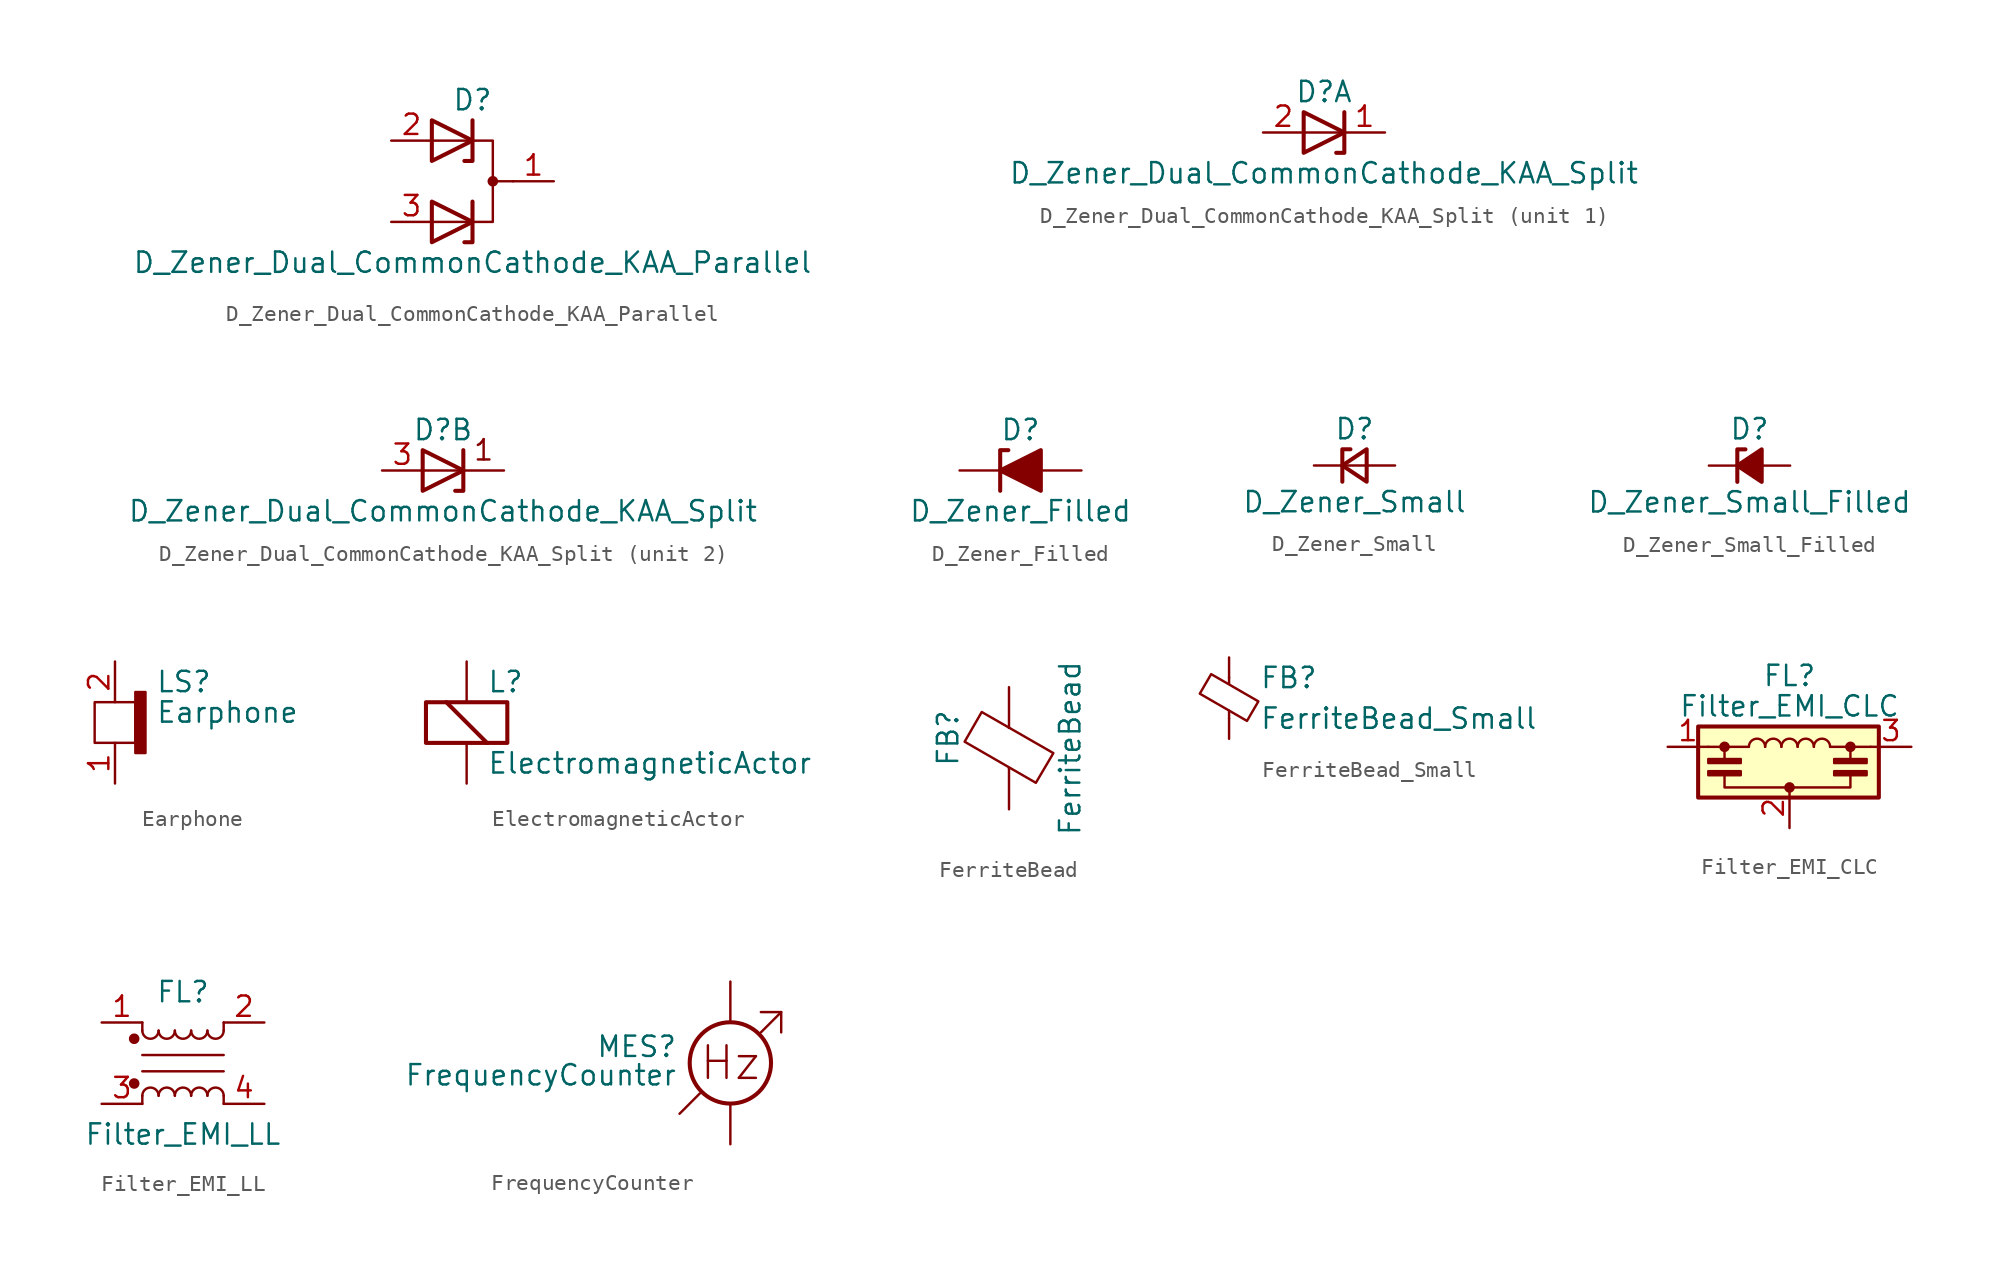
<source format=kicad_sym>
(kicad_symbol_lib
  (version 20211014)
  (generator kicad_symbol_editor)
  (symbol "D_Zener_Dual_CommonCathode_KAA_Parallel"
    (pin_names
      (offset 0.762) hide)
    (property "Reference" "D"
      (at 0 5.08 0)
      (effects (font (size 1.27 1.27))))
    (property "Value" "D_Zener_Dual_CommonCathode_KAA_Parallel"
      (at 0 -5.08 0)
      (effects (font (size 1.27 1.27))))
    (symbol "D_Zener_Dual_CommonCathode_KAA_Parallel_0_0"
      (polyline (pts (xy 0 -1.27) (xy 0 -3.81) (xy -0.508 -3.81)) (stroke (width 0.254) (type default) (color 0 0 0 0)) (fill (type none)))
      (polyline (pts (xy 0 3.81) (xy 0 1.27) (xy -0.508 1.27)) (stroke (width 0.254) (type default) (color 0 0 0 0)) (fill (type none))))
    (symbol "D_Zener_Dual_CommonCathode_KAA_Parallel_0_1"
      (polyline (pts (xy 1.27 0) (xy 2.54 0)) (stroke (width 0) (type default) (color 0 0 0 0)) (fill (type none)))
      (polyline (pts (xy -2.54 -2.54) (xy 1.27 -2.54) (xy 1.27 2.54) (xy -2.54 2.54)) (stroke (width 0) (type default) (color 0 0 0 0)) (fill (type none)))
      (polyline (pts (xy -2.54 -1.27) (xy 0 -2.54) (xy -2.54 -3.81) (xy -2.54 -1.27) (xy -2.54 -1.27) (xy -2.54 -1.27)) (stroke (width 0.254) (type default) (color 0 0 0 0)) (fill (type none)))
      (polyline (pts (xy -2.54 3.81) (xy 0 2.54) (xy -2.54 1.27) (xy -2.54 3.81) (xy -2.54 3.81) (xy -2.54 3.81)) (stroke (width 0.254) (type default) (color 0 0 0 0)) (fill (type none)))
      (circle (center 1.27 0) (radius 0.254) (stroke (width 0) (type default) (color 0 0 0 0)) (fill (type outline)))
      (pin passive line (at 5.08 0 180) (length 2.54) (name "A" (effects (font (size 1.27 1.27)))) (number "1" (effects (font (size 1.27 1.27)))))
      (pin passive line (at -5.08 2.54 0) (length 2.54) (name "K" (effects (font (size 1.27 1.27)))) (number "2" (effects (font (size 1.27 1.27)))))
      (pin passive line (at -5.08 -2.54 0) (length 2.54) (name "K" (effects (font (size 1.27 1.27)))) (number "3" (effects (font (size 1.27 1.27)))))))
  (symbol "D_Zener_Dual_CommonCathode_KAA_Split"
    (pin_names
      (offset 0.762) hide)
    (property "Reference" "D"
      (at 0 2.54 0)
      (effects (font (size 1.27 1.27))))
    (property "Value" "D_Zener_Dual_CommonCathode_KAA_Split"
      (at 0 -2.54 0)
      (effects (font (size 1.27 1.27))))
    (property "ki_locked" ""
      (at 0 0 0)
      (effects (font (size 1.27 1.27))))
    (symbol "D_Zener_Dual_CommonCathode_KAA_Split_0_0"
      (polyline (pts (xy 1.27 1.27) (xy 1.27 -1.27) (xy 0.762 -1.27)) (stroke (width 0.254) (type default) (color 0 0 0 0)) (fill (type none))))
    (symbol "D_Zener_Dual_CommonCathode_KAA_Split_0_1"
      (polyline (pts (xy -1.27 1.27) (xy 1.27 0) (xy -1.27 -1.27) (xy -1.27 1.27) (xy -1.27 1.27) (xy -1.27 1.27)) (stroke (width 0.254) (type default) (color 0 0 0 0)) (fill (type none))))
    (symbol "D_Zener_Dual_CommonCathode_KAA_Split_1_1"
      (polyline (pts (xy 1.27 0) (xy -1.27 0)) (stroke (width 0) (type default) (color 0 0 0 0)) (fill (type none)))
      (pin passive line (at 3.81 0 180) (length 2.54) (name "K" (effects (font (size 1.27 1.27)))) (number "1" (effects (font (size 1.27 1.27)))))
      (pin passive line (at -3.81 0 0) (length 2.54) (name "A" (effects (font (size 1.27 1.27)))) (number "2" (effects (font (size 1.27 1.27))))))
    (symbol "D_Zener_Dual_CommonCathode_KAA_Split_2_0"
      (polyline (pts (xy 3.81 0) (xy -1.27 0)) (stroke (width 0) (type default) (color 0 0 0 0)) (fill (type none)))
      (text "1" (at 2.54 1.27 0) (effects (font (size 1.27 1.27)))))
    (symbol "D_Zener_Dual_CommonCathode_KAA_Split_2_1"
      (pin passive line (at -3.81 0 0) (length 2.54) (name "K" (effects (font (size 1.27 1.27)))) (number "3" (effects (font (size 1.27 1.27)))))))
  (symbol "D_Zener_Filled"
    (pin_numbers hide)
    (pin_names
      (offset 1.016) hide)
    (property "Reference" "D"
      (at 0 2.54 0)
      (effects (font (size 1.27 1.27))))
    (property "Value" "D_Zener_Filled"
      (at 0 -2.54 0)
      (effects (font (size 1.27 1.27))))
    (symbol "D_Zener_Filled_0_1"
      (polyline (pts (xy 1.27 0) (xy -1.27 0)) (stroke (width 0) (type default) (color 0 0 0 0)) (fill (type none)))
      (polyline (pts (xy -1.27 -1.27) (xy -1.27 1.27) (xy -0.762 1.27)) (stroke (width 0.254) (type default) (color 0 0 0 0)) (fill (type none)))
      (polyline (pts (xy 1.27 -1.27) (xy 1.27 1.27) (xy -1.27 0) (xy 1.27 -1.27)) (stroke (width 0.254) (type default) (color 0 0 0 0)) (fill (type outline))))
    (symbol "D_Zener_Filled_1_1"
      (pin passive line (at -3.81 0 0) (length 2.54) (name "K" (effects (font (size 1.27 1.27)))) (number "1" (effects (font (size 1.27 1.27)))))
      (pin passive line (at 3.81 0 180) (length 2.54) (name "A" (effects (font (size 1.27 1.27)))) (number "2" (effects (font (size 1.27 1.27)))))))
  (symbol "D_Zener_Small"
    (pin_numbers hide)
    (pin_names
      (offset 0.254) hide)
    (property "Reference" "D"
      (at 0 2.286 0)
      (effects (font (size 1.27 1.27))))
    (property "Value" "D_Zener_Small"
      (at 0 -2.286 0)
      (effects (font (size 1.27 1.27))))
    (symbol "D_Zener_Small_0_1"
      (polyline (pts (xy 0.762 0) (xy -0.762 0)) (stroke (width 0) (type default) (color 0 0 0 0)) (fill (type none)))
      (polyline (pts (xy -0.254 1.016) (xy -0.762 1.016) (xy -0.762 -1.016)) (stroke (width 0.254) (type default) (color 0 0 0 0)) (fill (type none)))
      (polyline (pts (xy 0.762 1.016) (xy -0.762 0) (xy 0.762 -1.016) (xy 0.762 1.016)) (stroke (width 0.254) (type default) (color 0 0 0 0)) (fill (type none))))
    (symbol "D_Zener_Small_1_1"
      (pin passive line (at -2.54 0 0) (length 1.778) (name "K" (effects (font (size 1.27 1.27)))) (number "1" (effects (font (size 1.27 1.27)))))
      (pin passive line (at 2.54 0 180) (length 1.778) (name "A" (effects (font (size 1.27 1.27)))) (number "2" (effects (font (size 1.27 1.27)))))))
  (symbol "D_Zener_Small_Filled"
    (pin_numbers hide)
    (pin_names
      (offset 0.254) hide)
    (property "Reference" "D"
      (at 0 2.286 0)
      (effects (font (size 1.27 1.27))))
    (property "Value" "D_Zener_Small_Filled"
      (at 0 -2.286 0)
      (effects (font (size 1.27 1.27))))
    (symbol "D_Zener_Small_Filled_0_1"
      (polyline (pts (xy 0.762 0) (xy -0.762 0)) (stroke (width 0) (type default) (color 0 0 0 0)) (fill (type none)))
      (polyline (pts (xy -0.254 1.016) (xy -0.762 1.016) (xy -0.762 -1.016)) (stroke (width 0.254) (type default) (color 0 0 0 0)) (fill (type none)))
      (polyline (pts (xy 0.762 1.016) (xy -0.762 0) (xy 0.762 -1.016) (xy 0.762 1.016)) (stroke (width 0.254) (type default) (color 0 0 0 0)) (fill (type outline))))
    (symbol "D_Zener_Small_Filled_1_1"
      (pin passive line (at -2.54 0 0) (length 1.778) (name "K" (effects (font (size 1.27 1.27)))) (number "1" (effects (font (size 1.27 1.27)))))
      (pin passive line (at 2.54 0 180) (length 1.778) (name "A" (effects (font (size 1.27 1.27)))) (number "2" (effects (font (size 1.27 1.27)))))))
  (symbol "Earphone"
    (pin_names
      (offset 0.025) hide)
    (property "Reference" "LS"
      (at 2.54 3.81 0)
      (effects (font (size 1.27 1.27)) (justify left)))
    (property "Value" "Earphone"
      (at 2.54 1.905 0)
      (effects (font (size 1.27 1.27)) (justify left)))
    (symbol "Earphone_0_1"
      (rectangle (start 1.27 -0.635) (end 1.905 3.175) (stroke (width 0) (type default) (color 0 0 0 0)) (fill (type outline)))
      (rectangle (start 1.27 0) (end -1.27 2.54) (stroke (width 0) (type default) (color 0 0 0 0)) (fill (type none))))
    (symbol "Earphone_1_1"
      (pin passive line (at 0 -2.54 90) (length 2.54) (name "-" (effects (font (size 1.27 1.27)))) (number "1" (effects (font (size 1.27 1.27)))))
      (pin passive line (at 0 5.08 270) (length 2.54) (name "+" (effects (font (size 1.27 1.27)))) (number "2" (effects (font (size 1.27 1.27)))))))
  (symbol "ElectromagneticActor"
    (pin_numbers hide)
    (pin_names
      (offset 0.025) hide)
    (property "Reference" "L"
      (at 1.27 3.81 0)
      (effects (font (size 1.27 1.27)) (justify left)))
    (property "Value" "ElectromagneticActor"
      (at 1.27 -1.27 0)
      (effects (font (size 1.27 1.27)) (justify left)))
    (symbol "ElectromagneticActor_0_1"
      (rectangle (start -2.54 2.54) (end 2.54 0) (stroke (width 0.254) (type default) (color 0 0 0 0)) (fill (type none)))
      (polyline (pts (xy -1.27 2.54) (xy 1.27 0)) (stroke (width 0.254) (type default) (color 0 0 0 0)) (fill (type none))))
    (symbol "ElectromagneticActor_1_1"
      (pin passive line (at 0 5.08 270) (length 2.54) (name "-" (effects (font (size 1.27 1.27)))) (number "1" (effects (font (size 1.27 1.27)))))
      (pin passive line (at 0 -2.54 90) (length 2.54) (name "+" (effects (font (size 1.27 1.27)))) (number "2" (effects (font (size 1.27 1.27)))))))
  (symbol "FerriteBead"
    (pin_numbers hide)
    (pin_names
      (offset 0))
    (property "Reference" "FB"
      (at -3.81 0.635 90)
      (effects (font (size 1.27 1.27))))
    (property "Value" "FerriteBead"
      (at 3.81 0 90)
      (effects (font (size 1.27 1.27))))
    (symbol "FerriteBead_0_1"
      (polyline (pts (xy 0 -1.27) (xy 0 -1.219)) (stroke (width 0) (type default) (color 0 0 0 0)) (fill (type none)))
      (polyline (pts (xy 0 1.27) (xy 0 1.295)) (stroke (width 0) (type default) (color 0 0 0 0)) (fill (type none)))
      (polyline (pts (xy -2.769 0.406) (xy -1.702 2.261) (xy 2.769 -0.305) (xy 1.676 -2.159) (xy -2.769 0.406)) (stroke (width 0) (type default) (color 0 0 0 0)) (fill (type none))))
    (symbol "FerriteBead_1_1"
      (pin passive line (at 0 3.81 270) (length 2.54) (name "~" (effects (font (size 1.27 1.27)))) (number "1" (effects (font (size 1.27 1.27)))))
      (pin passive line (at 0 -3.81 90) (length 2.54) (name "~" (effects (font (size 1.27 1.27)))) (number "2" (effects (font (size 1.27 1.27)))))))
  (symbol "FerriteBead_Small"
    (pin_numbers hide)
    (pin_names
      (offset 0))
    (property "Reference" "FB"
      (at 1.905 1.27 0)
      (effects (font (size 1.27 1.27)) (justify left)))
    (property "Value" "FerriteBead_Small"
      (at 1.905 -1.27 0)
      (effects (font (size 1.27 1.27)) (justify left)))
    (symbol "FerriteBead_Small_0_1"
      (polyline (pts (xy 0 -1.27) (xy 0 -0.787)) (stroke (width 0) (type default) (color 0 0 0 0)) (fill (type none)))
      (polyline (pts (xy 0 0.889) (xy 0 1.295)) (stroke (width 0) (type default) (color 0 0 0 0)) (fill (type none)))
      (polyline (pts (xy -1.829 0.279) (xy -1.118 1.499) (xy 1.829 -0.203) (xy 1.118 -1.422) (xy -1.829 0.279)) (stroke (width 0) (type default) (color 0 0 0 0)) (fill (type none))))
    (symbol "FerriteBead_Small_1_1"
      (pin passive line (at 0 2.54 270) (length 1.27) (name "~" (effects (font (size 1.27 1.27)))) (number "1" (effects (font (size 1.27 1.27)))))
      (pin passive line (at 0 -2.54 90) (length 1.27) (name "~" (effects (font (size 1.27 1.27)))) (number "2" (effects (font (size 1.27 1.27)))))))
  (symbol "Filter_EMI_CLC"
    (pin_names
      (offset 0.254) hide)
    (property "Reference" "FL"
      (at 0 6.985 0)
      (effects (font (size 1.27 1.27))))
    (property "Value" "Filter_EMI_CLC"
      (at 0 5.08 0)
      (effects (font (size 1.27 1.27))))
    (symbol "Filter_EMI_CLC_0_1"
      (rectangle (start -5.715 3.81) (end 5.588 -0.635) (stroke (width 0.254) (type default) (color 0 0 0 0)) (fill (type background)))
      (rectangle (start -5.08 0.762) (end -3.048 1.016) (stroke (width 0) (type default) (color 0 0 0 0)) (fill (type outline)))
      (circle (center -4.064 2.54) (radius 0.254) (stroke (width 0) (type default) (color 0 0 0 0)) (fill (type outline)))
      (rectangle (start -3.048 1.524) (end -5.08 1.778) (stroke (width 0) (type default) (color 0 0 0 0)) (fill (type outline)))
      (arc (start -1.524 2.54) (mid -2.032 3.048) (end -2.54 2.54) (stroke (width 0) (type default) (color 0 0 0 0)) (fill (type none)))
      (arc (start -0.508 2.54) (mid -1.016 3.048) (end -1.524 2.54) (stroke (width 0) (type default) (color 0 0 0 0)) (fill (type none)))
      (polyline (pts (xy -5.08 2.54) (xy -2.54 2.54)) (stroke (width 0) (type default) (color 0 0 0 0)) (fill (type none)))
      (polyline (pts (xy -4.064 2.54) (xy -4.064 1.778)) (stroke (width 0) (type default) (color 0 0 0 0)) (fill (type none)))
      (polyline (pts (xy 2.54 2.54) (xy 5.08 2.54)) (stroke (width 0) (type default) (color 0 0 0 0)) (fill (type none)))
      (polyline (pts (xy 3.81 2.54) (xy 3.81 1.778)) (stroke (width 0) (type default) (color 0 0 0 0)) (fill (type none)))
      (polyline (pts (xy -4.064 0.762) (xy -4.064 0) (xy 3.81 0) (xy 3.81 0.762)) (stroke (width 0) (type default) (color 0 0 0 0)) (fill (type none)))
      (circle (center 0 0) (radius 0.254) (stroke (width 0) (type default) (color 0 0 0 0)) (fill (type outline)))
      (arc (start 0.508 2.54) (mid 0 3.048) (end -0.508 2.54) (stroke (width 0) (type default) (color 0 0 0 0)) (fill (type none)))
      (arc (start 1.524 2.54) (mid 1.016 3.048) (end 0.508 2.54) (stroke (width 0) (type default) (color 0 0 0 0)) (fill (type none)))
      (arc (start 2.54 2.54) (mid 2.032 3.048) (end 1.524 2.54) (stroke (width 0) (type default) (color 0 0 0 0)) (fill (type none)))
      (rectangle (start 2.794 0.762) (end 4.826 1.016) (stroke (width 0) (type default) (color 0 0 0 0)) (fill (type outline)))
      (circle (center 3.81 2.54) (radius 0.254) (stroke (width 0) (type default) (color 0 0 0 0)) (fill (type outline)))
      (rectangle (start 4.826 1.524) (end 2.794 1.778) (stroke (width 0) (type default) (color 0 0 0 0)) (fill (type outline))))
    (symbol "Filter_EMI_CLC_1_1"
      (pin passive line (at -7.62 2.54 0) (length 2.54) (name "1" (effects (font (size 1.27 1.27)))) (number "1" (effects (font (size 1.27 1.27)))))
      (pin passive line (at 0 -2.54 90) (length 2.54) (name "2" (effects (font (size 1.27 1.27)))) (number "2" (effects (font (size 1.27 1.27)))))
      (pin passive line (at 7.62 2.54 180) (length 2.54) (name "3" (effects (font (size 1.27 1.27)))) (number "3" (effects (font (size 1.27 1.27)))))))
  (symbol "Filter_EMI_LL"
    (pin_names
      (offset 0.254) hide)
    (property "Reference" "FL"
      (at 0 4.445 0)
      (effects (font (size 1.27 1.27))))
    (property "Value" "Filter_EMI_LL"
      (at 0 -4.445 0)
      (effects (font (size 1.27 1.27))))
    (symbol "Filter_EMI_LL_0_1"
      (circle (center -3.048 -1.27) (radius 0.254) (stroke (width 0) (type default) (color 0 0 0 0)) (fill (type outline)))
      (circle (center -3.048 1.524) (radius 0.254) (stroke (width 0) (type default) (color 0 0 0 0)) (fill (type outline)))
      (arc (start -2.54 2.032) (mid -2.032 1.524) (end -1.524 2.032) (stroke (width 0) (type default) (color 0 0 0 0)) (fill (type none)))
      (arc (start -1.524 -2.032) (mid -2.032 -1.524) (end -2.54 -2.032) (stroke (width 0) (type default) (color 0 0 0 0)) (fill (type none)))
      (arc (start -1.524 2.032) (mid -1.016 1.524) (end -0.508 2.032) (stroke (width 0) (type default) (color 0 0 0 0)) (fill (type none)))
      (arc (start -0.508 -2.032) (mid -1.016 -1.524) (end -1.524 -2.032) (stroke (width 0) (type default) (color 0 0 0 0)) (fill (type none)))
      (arc (start -0.508 2.032) (mid 0 1.524) (end 0.508 2.032) (stroke (width 0) (type default) (color 0 0 0 0)) (fill (type none)))
      (polyline (pts (xy -2.54 -2.032) (xy -2.54 -2.54)) (stroke (width 0) (type default) (color 0 0 0 0)) (fill (type none)))
      (polyline (pts (xy -2.54 0.508) (xy 2.54 0.508)) (stroke (width 0) (type default) (color 0 0 0 0)) (fill (type none)))
      (polyline (pts (xy -2.54 2.032) (xy -2.54 2.54)) (stroke (width 0) (type default) (color 0 0 0 0)) (fill (type none)))
      (polyline (pts (xy 2.54 -2.032) (xy 2.54 -2.54)) (stroke (width 0) (type default) (color 0 0 0 0)) (fill (type none)))
      (polyline (pts (xy 2.54 -0.508) (xy -2.54 -0.508)) (stroke (width 0) (type default) (color 0 0 0 0)) (fill (type none)))
      (polyline (pts (xy 2.54 2.54) (xy 2.54 2.032)) (stroke (width 0) (type default) (color 0 0 0 0)) (fill (type none)))
      (arc (start 0.508 -2.032) (mid 0 -1.524) (end -0.508 -2.032) (stroke (width 0) (type default) (color 0 0 0 0)) (fill (type none)))
      (arc (start 0.508 2.032) (mid 1.016 1.524) (end 1.524 2.032) (stroke (width 0) (type default) (color 0 0 0 0)) (fill (type none)))
      (arc (start 1.524 -2.032) (mid 1.016 -1.524) (end 0.508 -2.032) (stroke (width 0) (type default) (color 0 0 0 0)) (fill (type none)))
      (arc (start 1.524 2.032) (mid 2.032 1.524) (end 2.54 2.032) (stroke (width 0) (type default) (color 0 0 0 0)) (fill (type none)))
      (arc (start 2.54 -2.032) (mid 2.032 -1.524) (end 1.524 -2.032) (stroke (width 0) (type default) (color 0 0 0 0)) (fill (type none))))
    (symbol "Filter_EMI_LL_1_1"
      (pin passive line (at -5.08 2.54 0) (length 2.54) (name "1" (effects (font (size 1.27 1.27)))) (number "1" (effects (font (size 1.27 1.27)))))
      (pin passive line (at 5.08 2.54 180) (length 2.54) (name "2" (effects (font (size 1.27 1.27)))) (number "2" (effects (font (size 1.27 1.27)))))
      (pin passive line (at -5.08 -2.54 0) (length 2.54) (name "3" (effects (font (size 1.27 1.27)))) (number "3" (effects (font (size 1.27 1.27)))))
      (pin passive line (at 5.08 -2.54 180) (length 2.54) (name "4" (effects (font (size 1.27 1.27)))) (number "4" (effects (font (size 1.27 1.27)))))))
  (symbol "FrequencyCounter"
    (pin_numbers hide)
    (pin_names
      (offset 0.025) hide)
    (property "Reference" "MES"
      (at -3.302 1.016 0)
      (effects (font (size 1.27 1.27)) (justify right)))
    (property "Value" "FrequencyCounter"
      (at -3.302 -0.762 0)
      (effects (font (size 1.27 1.27)) (justify right)))
    (symbol "FrequencyCounter_0_0"
      (polyline (pts (xy -3.175 -3.175) (xy -1.905 -1.905)) (stroke (width 0) (type default) (color 0 0 0 0)) (fill (type none)))
      (polyline (pts (xy 1.905 1.905) (xy 3.175 3.175)) (stroke (width 0) (type default) (color 0 0 0 0)) (fill (type none)))
      (polyline (pts (xy 1.905 3.175) (xy 3.175 3.175) (xy 3.175 1.905)) (stroke (width 0) (type default) (color 0 0 0 0)) (fill (type none)))
      (text "Hz" (at 0 0 0) (effects (font (size 2.032 2.032)))))
    (symbol "FrequencyCounter_0_1"
      (circle (center 0 0) (radius 2.54) (stroke (width 0.254) (type default) (color 0 0 0 0)) (fill (type none))))
    (symbol "FrequencyCounter_1_1"
      (pin passive line (at 0 -5.08 90) (length 2.54) (name "-" (effects (font (size 1.27 1.27)))) (number "1" (effects (font (size 1.27 1.27)))))
      (pin passive line (at 0 5.08 270) (length 2.54) (name "+" (effects (font (size 1.27 1.27)))) (number "2" (effects (font (size 1.27 1.27))))))))
</source>
